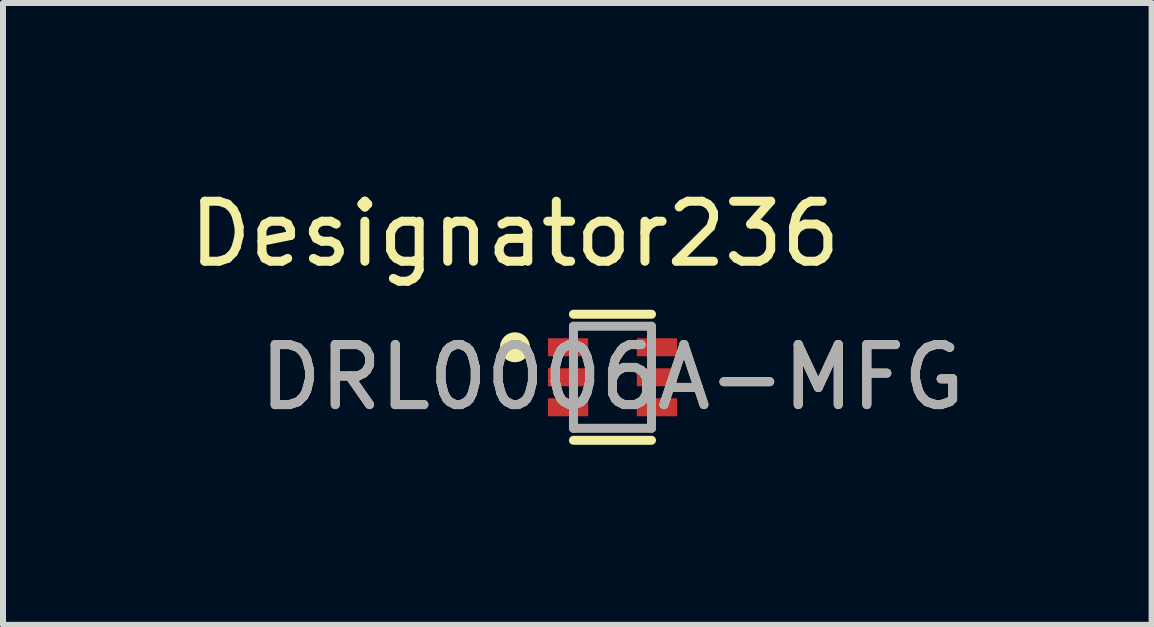
<source format=kicad_pcb>
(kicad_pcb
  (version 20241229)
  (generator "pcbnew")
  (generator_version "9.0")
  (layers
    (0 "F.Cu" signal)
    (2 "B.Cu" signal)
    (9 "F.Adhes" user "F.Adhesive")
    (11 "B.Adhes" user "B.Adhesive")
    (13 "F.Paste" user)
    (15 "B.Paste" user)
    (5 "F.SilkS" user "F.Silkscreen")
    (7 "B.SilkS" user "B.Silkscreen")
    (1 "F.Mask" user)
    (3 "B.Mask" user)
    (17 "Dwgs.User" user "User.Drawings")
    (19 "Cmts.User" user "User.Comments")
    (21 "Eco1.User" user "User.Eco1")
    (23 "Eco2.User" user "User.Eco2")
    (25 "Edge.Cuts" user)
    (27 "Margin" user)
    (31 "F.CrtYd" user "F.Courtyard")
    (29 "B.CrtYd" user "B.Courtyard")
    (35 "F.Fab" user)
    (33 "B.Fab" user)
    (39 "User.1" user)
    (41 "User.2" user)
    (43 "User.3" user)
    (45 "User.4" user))
  (footprint "DRL0006A-MFG"
    (layer "F.Cu")
    (at 7.155 3.236)
    (property "Reference" "DRL0006A-MFG" (at 0 0 0) (unlocked yes) (layer "F.SilkS") (effects (font (size 1 1) (thickness 0.15))))
    (attr smd)
    (fp_line (start -0.65 -1.05) (end 0.65 -1.05) (stroke (width 0.15) (type solid)) (layer "F.SilkS"))
    (fp_line (start -0.65 1.05) (end 0.65 1.05) (stroke (width 0.15) (type solid)) (layer "F.SilkS"))
    (fp_circle (center -1.625 -0.5) (end -1.5 -0.5) (stroke (width 0.25) (type solid)) (fill no) (layer "F.SilkS"))
    (fp_line (start -0.65 -0.85) (end 0.65 -0.85) (stroke (width 0.15) (type solid)) (layer "F.Fab"))
    (fp_line (start -0.65 0.85) (end -0.65 -0.85) (stroke (width 0.15) (type solid)) (layer "F.Fab"))
    (fp_line (start -0.65 0.85) (end 0.65 0.85) (stroke (width 0.15) (type solid)) (layer "F.Fab"))
    (fp_line (start 0.65 0.85) (end 0.65 -0.85) (stroke (width 0.15) (type solid)) (layer "F.Fab"))
    (fp_text user "Designator236" (at -1.626 -2.388 0) (unlocked yes) (layer "F.SilkS") (effects (font (size 1 1) (thickness 0.15))))
    (fp_text user "${REFERENCE}" (at 0 0 0) (unlocked yes) (layer "F.Fab") (effects (font (size 1 1) (thickness 0.15))))
    (pad "1" smd rect (at -0.74 -0.5) (size 0.67 0.3) (layers "F.Cu" "F.Mask" "F.Paste"))
    (pad "2" smd rect (at -0.74 0) (size 0.67 0.3) (layers "F.Cu" "F.Mask" "F.Paste"))
    (pad "3" smd rect (at -0.74 0.5) (size 0.67 0.3) (layers "F.Cu" "F.Mask" "F.Paste"))
    (pad "4" smd rect (at 0.74 0.5) (size 0.67 0.3) (layers "F.Cu" "F.Mask" "F.Paste"))
    (pad "5" smd rect (at 0.74 0) (size 0.67 0.3) (layers "F.Cu" "F.Mask" "F.Paste"))
    (pad "6" smd rect (at 0.74 -0.5) (size 0.67 0.3) (layers "F.Cu" "F.Mask" "F.Paste")))
  (gr_rect
    (start -3 -3)
    (end 16.138 7.361)
    (stroke (width 0.1) (type default))
    (fill no)
    (layer "Edge.Cuts")))
</source>
